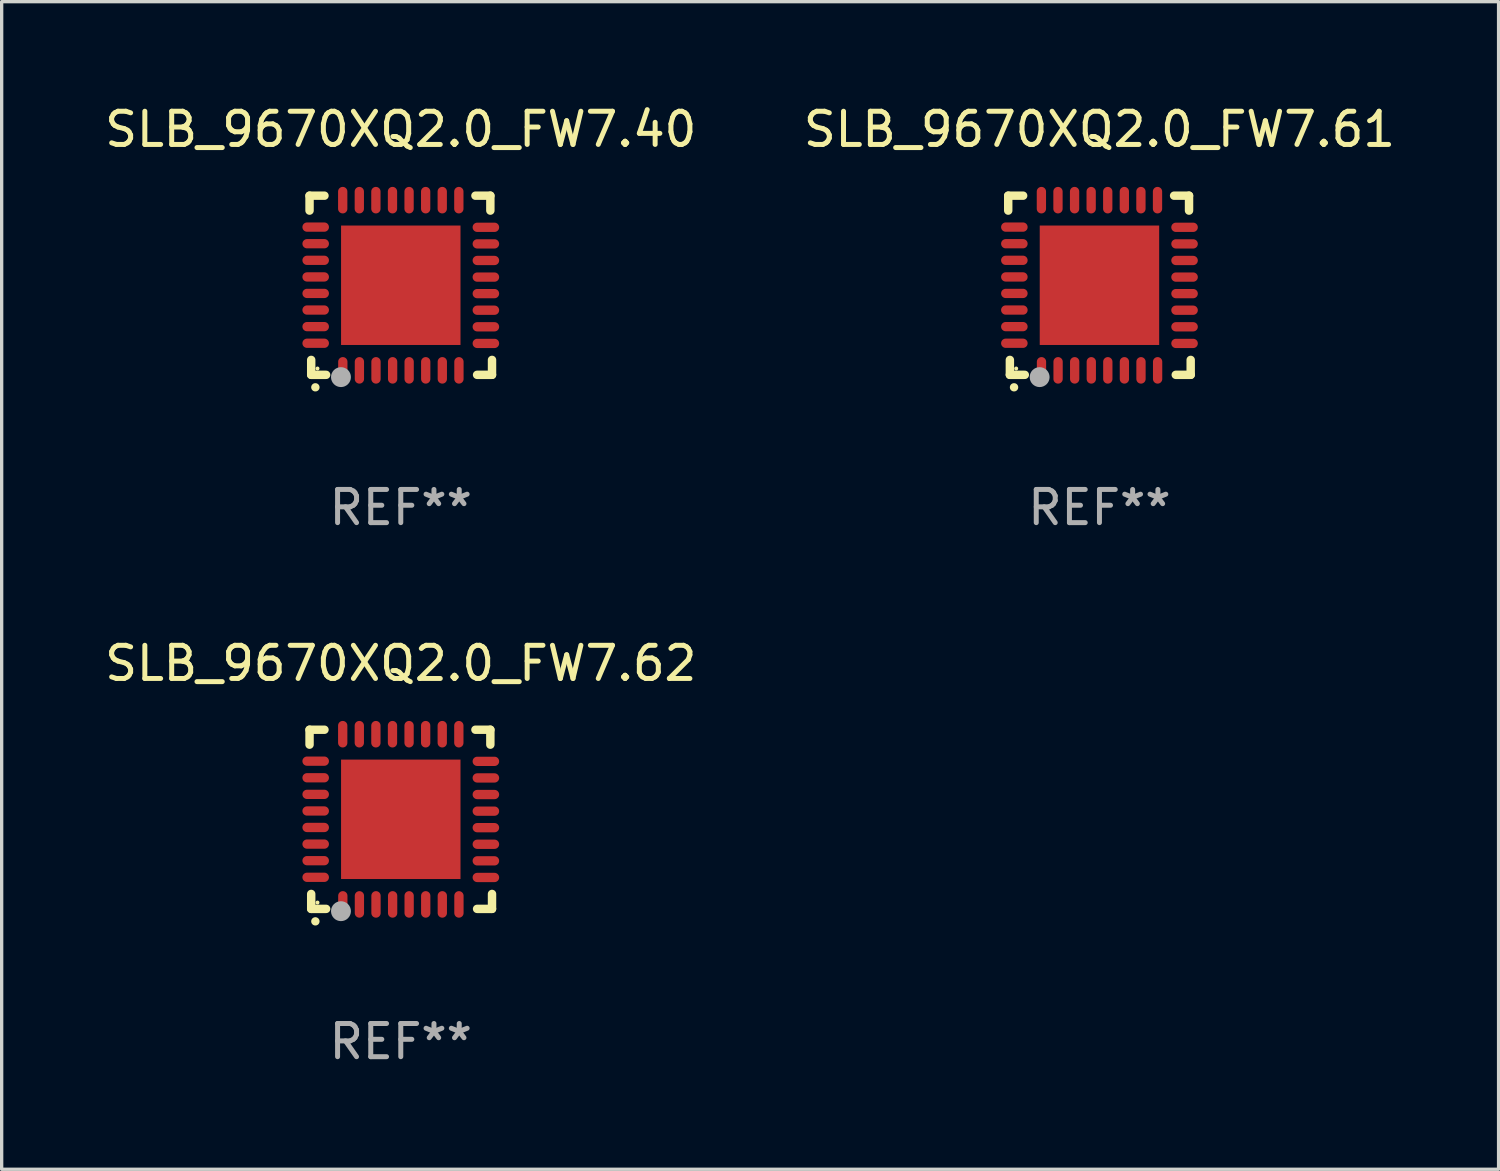
<source format=kicad_pcb>
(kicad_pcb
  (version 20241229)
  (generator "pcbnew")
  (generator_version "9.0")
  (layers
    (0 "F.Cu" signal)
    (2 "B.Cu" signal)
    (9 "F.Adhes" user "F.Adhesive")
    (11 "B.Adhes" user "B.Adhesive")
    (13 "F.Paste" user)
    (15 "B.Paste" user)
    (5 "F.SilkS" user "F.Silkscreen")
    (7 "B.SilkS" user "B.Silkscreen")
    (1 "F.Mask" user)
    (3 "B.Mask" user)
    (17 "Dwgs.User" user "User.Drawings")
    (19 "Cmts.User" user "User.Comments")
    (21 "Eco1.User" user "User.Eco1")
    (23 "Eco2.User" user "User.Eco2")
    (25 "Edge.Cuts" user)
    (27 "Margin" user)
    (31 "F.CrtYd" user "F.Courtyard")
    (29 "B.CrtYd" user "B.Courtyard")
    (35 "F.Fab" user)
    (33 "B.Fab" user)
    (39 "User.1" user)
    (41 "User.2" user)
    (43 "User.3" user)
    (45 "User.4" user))
  (footprint "SLB_9670XQ2.0_FW7.62"
    (layer "F.Cu")
    (at 9.03 21.645)
    (property "Reference" "SLB_9670XQ2.0_FW7.62" (at 0 -4.7 0) (layer "F.SilkS") (effects (font (size 1 1) (thickness 0.15))))
    (attr through_hole)
    (fp_line (start -2.75 -2.7) (end -2.75 -2.25) (stroke (width 0.254) (type solid)) (layer "F.SilkS"))
    (fp_line (start -2.7 2.7) (end -2.7 2.25) (stroke (width 0.254) (type solid)) (layer "F.SilkS"))
    (fp_line (start -2.3 -2.7) (end -2.75 -2.7) (stroke (width 0.254) (type solid)) (layer "F.SilkS"))
    (fp_line (start -2.25 2.7) (end -2.7 2.7) (stroke (width 0.254) (type solid)) (layer "F.SilkS"))
    (fp_line (start 2.3 2.7) (end 2.75 2.7) (stroke (width 0.254) (type solid)) (layer "F.SilkS"))
    (fp_line (start 2.7 -2.7) (end 2.25 -2.7) (stroke (width 0.254) (type solid)) (layer "F.SilkS"))
    (fp_line (start 2.7 -2.25) (end 2.7 -2.7) (stroke (width 0.254) (type solid)) (layer "F.SilkS"))
    (fp_line (start 2.75 2.7) (end 2.75 2.25) (stroke (width 0.254) (type solid)) (layer "F.SilkS"))
    (fp_arc (start -2.575565 3.075946) (mid -2.574295 3.07594) (end -2.573025 3.075946) (stroke (width 0.25) (type solid)) (layer "F.SilkS"))
    (fp_circle (center -2.51 2.51) (end -2.48 2.51) (stroke (width 0.06) (type solid)) (fill no) (layer "F.SilkS"))
    (fp_circle (center -1.803 2.769) (end -1.653 2.769) (stroke (width 0.3) (type solid)) (fill no) (layer "F.Fab"))
    (fp_text user "REF**" (at 0 6.7 0) (layer "F.Fab") (effects (font (size 1 1) (thickness 0.15))))
    (pad "1" smd oval (at -1.747 2.565) (size 0.28 0.8) (layers "F.Cu" "F.Mask" "F.Paste"))
    (pad "2" smd oval (at -1.247 2.565) (size 0.28 0.8) (layers "F.Cu" "F.Mask" "F.Paste"))
    (pad "3" smd oval (at -0.747 2.565) (size 0.28 0.8) (layers "F.Cu" "F.Mask" "F.Paste"))
    (pad "4" smd oval (at -0.246 2.565) (size 0.28 0.8) (layers "F.Cu" "F.Mask" "F.Paste"))
    (pad "5" smd oval (at 0.252 2.565) (size 0.28 0.8) (layers "F.Cu" "F.Mask" "F.Paste"))
    (pad "6" smd oval (at 0.752 2.565) (size 0.28 0.8) (layers "F.Cu" "F.Mask" "F.Paste"))
    (pad "7" smd oval (at 1.252 2.565) (size 0.28 0.8) (layers "F.Cu" "F.Mask" "F.Paste"))
    (pad "8" smd oval (at 1.753 2.565) (size 0.28 0.8) (layers "F.Cu" "F.Mask" "F.Paste"))
    (pad "9" smd oval (at 2.565 1.753) (size 0.8 0.28) (layers "F.Cu" "F.Mask" "F.Paste"))
    (pad "10" smd oval (at 2.565 1.252) (size 0.8 0.28) (layers "F.Cu" "F.Mask" "F.Paste"))
    (pad "11" smd oval (at 2.565 0.752) (size 0.8 0.28) (layers "F.Cu" "F.Mask" "F.Paste"))
    (pad "12" smd oval (at 2.565 0.252) (size 0.8 0.28) (layers "F.Cu" "F.Mask" "F.Paste"))
    (pad "13" smd oval (at 2.565 -0.246) (size 0.8 0.28) (layers "F.Cu" "F.Mask" "F.Paste"))
    (pad "14" smd oval (at 2.565 -0.747) (size 0.8 0.28) (layers "F.Cu" "F.Mask" "F.Paste"))
    (pad "15" smd oval (at 2.565 -1.247) (size 0.8 0.28) (layers "F.Cu" "F.Mask" "F.Paste"))
    (pad "16" smd oval (at 2.565 -1.747) (size 0.8 0.28) (layers "F.Cu" "F.Mask" "F.Paste"))
    (pad "17" smd oval (at 1.75 -2.565) (size 0.28 0.8) (layers "F.Cu" "F.Mask" "F.Paste"))
    (pad "18" smd oval (at 1.25 -2.565) (size 0.28 0.8) (layers "F.Cu" "F.Mask" "F.Paste"))
    (pad "19" smd oval (at 0.75 -2.565) (size 0.28 0.8) (layers "F.Cu" "F.Mask" "F.Paste"))
    (pad "20" smd oval (at 0.25 -2.565) (size 0.28 0.8) (layers "F.Cu" "F.Mask" "F.Paste"))
    (pad "21" smd oval (at -0.25 -2.565) (size 0.28 0.8) (layers "F.Cu" "F.Mask" "F.Paste"))
    (pad "22" smd oval (at -0.75 -2.565) (size 0.28 0.8) (layers "F.Cu" "F.Mask" "F.Paste"))
    (pad "23" smd oval (at -1.25 -2.565) (size 0.28 0.8) (layers "F.Cu" "F.Mask" "F.Paste"))
    (pad "24" smd oval (at -1.75 -2.565) (size 0.28 0.8) (layers "F.Cu" "F.Mask" "F.Paste"))
    (pad "25" smd oval (at -2.565 -1.753) (size 0.8 0.28) (layers "F.Cu" "F.Mask" "F.Paste"))
    (pad "26" smd oval (at -2.565 -1.252) (size 0.8 0.28) (layers "F.Cu" "F.Mask" "F.Paste"))
    (pad "27" smd oval (at -2.565 -0.752) (size 0.8 0.28) (layers "F.Cu" "F.Mask" "F.Paste"))
    (pad "28" smd oval (at -2.565 -0.251) (size 0.8 0.28) (layers "F.Cu" "F.Mask" "F.Paste"))
    (pad "29" smd oval (at -2.565 0.246) (size 0.8 0.28) (layers "F.Cu" "F.Mask" "F.Paste"))
    (pad "30" smd oval (at -2.565 0.747) (size 0.8 0.28) (layers "F.Cu" "F.Mask" "F.Paste"))
    (pad "31" smd oval (at -2.565 1.247) (size 0.8 0.28) (layers "F.Cu" "F.Mask" "F.Paste"))
    (pad "32" smd oval (at -2.565 1.748) (size 0.8 0.28) (layers "F.Cu" "F.Mask" "F.Paste"))
    (pad "33" smd rect (at 0.000076 0.000076) (size 3.6 3.6) (layers "F.Cu" "F.Mask" "F.Paste")))
  (footprint "SLB_9670XQ2.0_FW7.61"
    (layer "F.Cu")
    (at 30.089 5.548)
    (property "Reference" "SLB_9670XQ2.0_FW7.61" (at 0 -4.7 0) (layer "F.SilkS") (effects (font (size 1 1) (thickness 0.15))))
    (attr through_hole)
    (fp_line (start -2.75 -2.7) (end -2.75 -2.25) (stroke (width 0.254) (type solid)) (layer "F.SilkS"))
    (fp_line (start -2.7 2.7) (end -2.7 2.25) (stroke (width 0.254) (type solid)) (layer "F.SilkS"))
    (fp_line (start -2.3 -2.7) (end -2.75 -2.7) (stroke (width 0.254) (type solid)) (layer "F.SilkS"))
    (fp_line (start -2.25 2.7) (end -2.7 2.7) (stroke (width 0.254) (type solid)) (layer "F.SilkS"))
    (fp_line (start 2.3 2.7) (end 2.75 2.7) (stroke (width 0.254) (type solid)) (layer "F.SilkS"))
    (fp_line (start 2.7 -2.7) (end 2.25 -2.7) (stroke (width 0.254) (type solid)) (layer "F.SilkS"))
    (fp_line (start 2.7 -2.25) (end 2.7 -2.7) (stroke (width 0.254) (type solid)) (layer "F.SilkS"))
    (fp_line (start 2.75 2.7) (end 2.75 2.25) (stroke (width 0.254) (type solid)) (layer "F.SilkS"))
    (fp_arc (start -2.575565 3.075946) (mid -2.574295 3.07594) (end -2.573025 3.075946) (stroke (width 0.25) (type solid)) (layer "F.SilkS"))
    (fp_circle (center -2.51 2.51) (end -2.48 2.51) (stroke (width 0.06) (type solid)) (fill no) (layer "F.SilkS"))
    (fp_circle (center -1.803 2.769) (end -1.653 2.769) (stroke (width 0.3) (type solid)) (fill no) (layer "F.Fab"))
    (fp_text user "REF**" (at 0 6.7 0) (layer "F.Fab") (effects (font (size 1 1) (thickness 0.15))))
    (pad "1" smd oval (at -1.747 2.565) (size 0.28 0.8) (layers "F.Cu" "F.Mask" "F.Paste"))
    (pad "2" smd oval (at -1.247 2.565) (size 0.28 0.8) (layers "F.Cu" "F.Mask" "F.Paste"))
    (pad "3" smd oval (at -0.747 2.565) (size 0.28 0.8) (layers "F.Cu" "F.Mask" "F.Paste"))
    (pad "4" smd oval (at -0.246 2.565) (size 0.28 0.8) (layers "F.Cu" "F.Mask" "F.Paste"))
    (pad "5" smd oval (at 0.252 2.565) (size 0.28 0.8) (layers "F.Cu" "F.Mask" "F.Paste"))
    (pad "6" smd oval (at 0.752 2.565) (size 0.28 0.8) (layers "F.Cu" "F.Mask" "F.Paste"))
    (pad "7" smd oval (at 1.252 2.565) (size 0.28 0.8) (layers "F.Cu" "F.Mask" "F.Paste"))
    (pad "8" smd oval (at 1.753 2.565) (size 0.28 0.8) (layers "F.Cu" "F.Mask" "F.Paste"))
    (pad "9" smd oval (at 2.565 1.753) (size 0.8 0.28) (layers "F.Cu" "F.Mask" "F.Paste"))
    (pad "10" smd oval (at 2.565 1.252) (size 0.8 0.28) (layers "F.Cu" "F.Mask" "F.Paste"))
    (pad "11" smd oval (at 2.565 0.752) (size 0.8 0.28) (layers "F.Cu" "F.Mask" "F.Paste"))
    (pad "12" smd oval (at 2.565 0.252) (size 0.8 0.28) (layers "F.Cu" "F.Mask" "F.Paste"))
    (pad "13" smd oval (at 2.565 -0.246) (size 0.8 0.28) (layers "F.Cu" "F.Mask" "F.Paste"))
    (pad "14" smd oval (at 2.565 -0.747) (size 0.8 0.28) (layers "F.Cu" "F.Mask" "F.Paste"))
    (pad "15" smd oval (at 2.565 -1.247) (size 0.8 0.28) (layers "F.Cu" "F.Mask" "F.Paste"))
    (pad "16" smd oval (at 2.565 -1.747) (size 0.8 0.28) (layers "F.Cu" "F.Mask" "F.Paste"))
    (pad "17" smd oval (at 1.75 -2.565) (size 0.28 0.8) (layers "F.Cu" "F.Mask" "F.Paste"))
    (pad "18" smd oval (at 1.25 -2.565) (size 0.28 0.8) (layers "F.Cu" "F.Mask" "F.Paste"))
    (pad "19" smd oval (at 0.75 -2.565) (size 0.28 0.8) (layers "F.Cu" "F.Mask" "F.Paste"))
    (pad "20" smd oval (at 0.25 -2.565) (size 0.28 0.8) (layers "F.Cu" "F.Mask" "F.Paste"))
    (pad "21" smd oval (at -0.25 -2.565) (size 0.28 0.8) (layers "F.Cu" "F.Mask" "F.Paste"))
    (pad "22" smd oval (at -0.75 -2.565) (size 0.28 0.8) (layers "F.Cu" "F.Mask" "F.Paste"))
    (pad "23" smd oval (at -1.25 -2.565) (size 0.28 0.8) (layers "F.Cu" "F.Mask" "F.Paste"))
    (pad "24" smd oval (at -1.75 -2.565) (size 0.28 0.8) (layers "F.Cu" "F.Mask" "F.Paste"))
    (pad "25" smd oval (at -2.565 -1.753) (size 0.8 0.28) (layers "F.Cu" "F.Mask" "F.Paste"))
    (pad "26" smd oval (at -2.565 -1.252) (size 0.8 0.28) (layers "F.Cu" "F.Mask" "F.Paste"))
    (pad "27" smd oval (at -2.565 -0.752) (size 0.8 0.28) (layers "F.Cu" "F.Mask" "F.Paste"))
    (pad "28" smd oval (at -2.565 -0.251) (size 0.8 0.28) (layers "F.Cu" "F.Mask" "F.Paste"))
    (pad "29" smd oval (at -2.565 0.246) (size 0.8 0.28) (layers "F.Cu" "F.Mask" "F.Paste"))
    (pad "30" smd oval (at -2.565 0.747) (size 0.8 0.28) (layers "F.Cu" "F.Mask" "F.Paste"))
    (pad "31" smd oval (at -2.565 1.247) (size 0.8 0.28) (layers "F.Cu" "F.Mask" "F.Paste"))
    (pad "32" smd oval (at -2.565 1.748) (size 0.8 0.28) (layers "F.Cu" "F.Mask" "F.Paste"))
    (pad "33" smd rect (at 0.000076 0.000076) (size 3.6 3.6) (layers "F.Cu" "F.Mask" "F.Paste")))
  (footprint "SLB_9670XQ2.0_FW7.40"
    (layer "F.Cu")
    (at 9.03 5.548)
    (property "Reference" "SLB_9670XQ2.0_FW7.40" (at 0 -4.7 0) (layer "F.SilkS") (effects (font (size 1 1) (thickness 0.15))))
    (attr through_hole)
    (fp_line (start -2.75 -2.7) (end -2.75 -2.25) (stroke (width 0.254) (type solid)) (layer "F.SilkS"))
    (fp_line (start -2.7 2.7) (end -2.7 2.25) (stroke (width 0.254) (type solid)) (layer "F.SilkS"))
    (fp_line (start -2.3 -2.7) (end -2.75 -2.7) (stroke (width 0.254) (type solid)) (layer "F.SilkS"))
    (fp_line (start -2.25 2.7) (end -2.7 2.7) (stroke (width 0.254) (type solid)) (layer "F.SilkS"))
    (fp_line (start 2.3 2.7) (end 2.75 2.7) (stroke (width 0.254) (type solid)) (layer "F.SilkS"))
    (fp_line (start 2.7 -2.7) (end 2.25 -2.7) (stroke (width 0.254) (type solid)) (layer "F.SilkS"))
    (fp_line (start 2.7 -2.25) (end 2.7 -2.7) (stroke (width 0.254) (type solid)) (layer "F.SilkS"))
    (fp_line (start 2.75 2.7) (end 2.75 2.25) (stroke (width 0.254) (type solid)) (layer "F.SilkS"))
    (fp_arc (start -2.575565 3.075946) (mid -2.574295 3.07594) (end -2.573025 3.075946) (stroke (width 0.25) (type solid)) (layer "F.SilkS"))
    (fp_circle (center -2.51 2.51) (end -2.48 2.51) (stroke (width 0.06) (type solid)) (fill no) (layer "F.SilkS"))
    (fp_circle (center -1.803 2.769) (end -1.653 2.769) (stroke (width 0.3) (type solid)) (fill no) (layer "F.Fab"))
    (fp_text user "REF**" (at 0 6.7 0) (layer "F.Fab") (effects (font (size 1 1) (thickness 0.15))))
    (pad "1" smd oval (at -1.747 2.565) (size 0.28 0.8) (layers "F.Cu" "F.Mask" "F.Paste"))
    (pad "2" smd oval (at -1.247 2.565) (size 0.28 0.8) (layers "F.Cu" "F.Mask" "F.Paste"))
    (pad "3" smd oval (at -0.747 2.565) (size 0.28 0.8) (layers "F.Cu" "F.Mask" "F.Paste"))
    (pad "4" smd oval (at -0.246 2.565) (size 0.28 0.8) (layers "F.Cu" "F.Mask" "F.Paste"))
    (pad "5" smd oval (at 0.252 2.565) (size 0.28 0.8) (layers "F.Cu" "F.Mask" "F.Paste"))
    (pad "6" smd oval (at 0.752 2.565) (size 0.28 0.8) (layers "F.Cu" "F.Mask" "F.Paste"))
    (pad "7" smd oval (at 1.252 2.565) (size 0.28 0.8) (layers "F.Cu" "F.Mask" "F.Paste"))
    (pad "8" smd oval (at 1.753 2.565) (size 0.28 0.8) (layers "F.Cu" "F.Mask" "F.Paste"))
    (pad "9" smd oval (at 2.565 1.753) (size 0.8 0.28) (layers "F.Cu" "F.Mask" "F.Paste"))
    (pad "10" smd oval (at 2.565 1.252) (size 0.8 0.28) (layers "F.Cu" "F.Mask" "F.Paste"))
    (pad "11" smd oval (at 2.565 0.752) (size 0.8 0.28) (layers "F.Cu" "F.Mask" "F.Paste"))
    (pad "12" smd oval (at 2.565 0.252) (size 0.8 0.28) (layers "F.Cu" "F.Mask" "F.Paste"))
    (pad "13" smd oval (at 2.565 -0.246) (size 0.8 0.28) (layers "F.Cu" "F.Mask" "F.Paste"))
    (pad "14" smd oval (at 2.565 -0.747) (size 0.8 0.28) (layers "F.Cu" "F.Mask" "F.Paste"))
    (pad "15" smd oval (at 2.565 -1.247) (size 0.8 0.28) (layers "F.Cu" "F.Mask" "F.Paste"))
    (pad "16" smd oval (at 2.565 -1.747) (size 0.8 0.28) (layers "F.Cu" "F.Mask" "F.Paste"))
    (pad "17" smd oval (at 1.75 -2.565) (size 0.28 0.8) (layers "F.Cu" "F.Mask" "F.Paste"))
    (pad "18" smd oval (at 1.25 -2.565) (size 0.28 0.8) (layers "F.Cu" "F.Mask" "F.Paste"))
    (pad "19" smd oval (at 0.75 -2.565) (size 0.28 0.8) (layers "F.Cu" "F.Mask" "F.Paste"))
    (pad "20" smd oval (at 0.25 -2.565) (size 0.28 0.8) (layers "F.Cu" "F.Mask" "F.Paste"))
    (pad "21" smd oval (at -0.25 -2.565) (size 0.28 0.8) (layers "F.Cu" "F.Mask" "F.Paste"))
    (pad "22" smd oval (at -0.75 -2.565) (size 0.28 0.8) (layers "F.Cu" "F.Mask" "F.Paste"))
    (pad "23" smd oval (at -1.25 -2.565) (size 0.28 0.8) (layers "F.Cu" "F.Mask" "F.Paste"))
    (pad "24" smd oval (at -1.75 -2.565) (size 0.28 0.8) (layers "F.Cu" "F.Mask" "F.Paste"))
    (pad "25" smd oval (at -2.565 -1.753) (size 0.8 0.28) (layers "F.Cu" "F.Mask" "F.Paste"))
    (pad "26" smd oval (at -2.565 -1.252) (size 0.8 0.28) (layers "F.Cu" "F.Mask" "F.Paste"))
    (pad "27" smd oval (at -2.565 -0.752) (size 0.8 0.28) (layers "F.Cu" "F.Mask" "F.Paste"))
    (pad "28" smd oval (at -2.565 -0.251) (size 0.8 0.28) (layers "F.Cu" "F.Mask" "F.Paste"))
    (pad "29" smd oval (at -2.565 0.246) (size 0.8 0.28) (layers "F.Cu" "F.Mask" "F.Paste"))
    (pad "30" smd oval (at -2.565 0.747) (size 0.8 0.28) (layers "F.Cu" "F.Mask" "F.Paste"))
    (pad "31" smd oval (at -2.565 1.247) (size 0.8 0.28) (layers "F.Cu" "F.Mask" "F.Paste"))
    (pad "32" smd oval (at -2.565 1.748) (size 0.8 0.28) (layers "F.Cu" "F.Mask" "F.Paste"))
    (pad "33" smd rect (at 0.000076 0.000076) (size 3.6 3.6) (layers "F.Cu" "F.Mask" "F.Paste")))
  (gr_rect
    (start -3 -3)
    (end 42.119 32.193)
    (stroke (width 0.1) (type default))
    (fill no)
    (layer "Edge.Cuts")))
</source>
